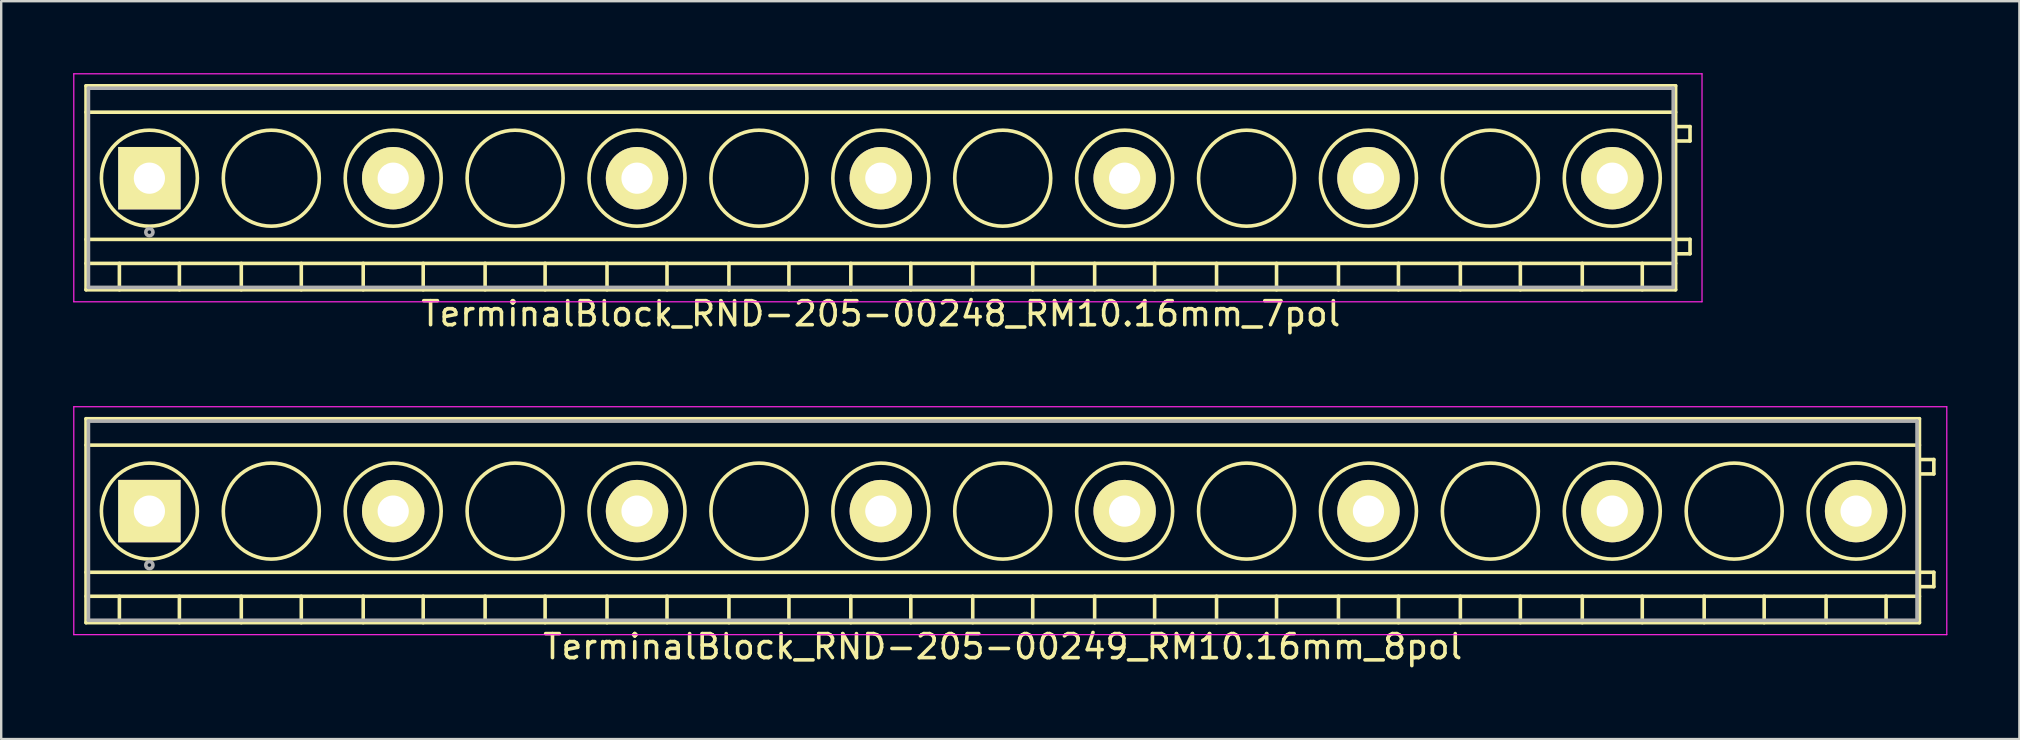
<source format=kicad_pcb>
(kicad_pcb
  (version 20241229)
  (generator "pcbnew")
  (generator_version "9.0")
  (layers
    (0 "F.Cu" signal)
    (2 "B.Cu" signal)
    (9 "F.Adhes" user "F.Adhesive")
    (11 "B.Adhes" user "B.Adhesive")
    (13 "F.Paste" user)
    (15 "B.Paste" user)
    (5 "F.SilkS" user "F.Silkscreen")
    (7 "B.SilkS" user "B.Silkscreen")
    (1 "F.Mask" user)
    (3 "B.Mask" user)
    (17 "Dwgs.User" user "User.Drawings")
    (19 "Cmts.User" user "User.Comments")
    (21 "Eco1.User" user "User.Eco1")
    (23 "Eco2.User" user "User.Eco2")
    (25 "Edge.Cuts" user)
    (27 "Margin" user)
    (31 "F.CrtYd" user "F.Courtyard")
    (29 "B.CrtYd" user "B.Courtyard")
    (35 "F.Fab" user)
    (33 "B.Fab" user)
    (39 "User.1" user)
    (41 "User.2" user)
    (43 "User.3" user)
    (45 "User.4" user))
  (footprint "TerminalBlock_RND-205-00248_RM10.16mm_7pol"
    (layer "F.Cu")
    (at 3.175 4.375)
    (property "Reference" "TerminalBlock_RND-205-00248_RM10.16mm_7pol" (at 30.48 5.65 0) (layer "F.SilkS") (effects (font (size 1 1) (thickness 0.15))))
    (attr through_hole)
    (fp_line (start -2.64 -3.85) (end 63.6 -3.85) (stroke (width 0.15) (type solid)) (layer "F.SilkS"))
    (fp_line (start -2.64 -2.75) (end 63.6 -2.75) (stroke (width 0.15) (type solid)) (layer "F.SilkS"))
    (fp_line (start -2.64 2.55) (end 63.6 2.55) (stroke (width 0.15) (type solid)) (layer "F.SilkS"))
    (fp_line (start -2.64 3.55) (end 63.6 3.55) (stroke (width 0.15) (type solid)) (layer "F.SilkS"))
    (fp_line (start -2.64 4.65) (end -2.64 -3.85) (stroke (width 0.15) (type solid)) (layer "F.SilkS"))
    (fp_line (start -1.25 3.55) (end -1.25 4.65) (stroke (width 0.15) (type solid)) (layer "F.SilkS"))
    (fp_line (start 1.25 3.55) (end 1.25 4.65) (stroke (width 0.15) (type solid)) (layer "F.SilkS"))
    (fp_line (start 3.83 3.55) (end 3.83 4.65) (stroke (width 0.15) (type solid)) (layer "F.SilkS"))
    (fp_line (start 6.33 3.55) (end 6.33 4.65) (stroke (width 0.15) (type solid)) (layer "F.SilkS"))
    (fp_line (start 8.91 3.55) (end 8.91 4.65) (stroke (width 0.15) (type solid)) (layer "F.SilkS"))
    (fp_line (start 11.41 3.55) (end 11.41 4.65) (stroke (width 0.15) (type solid)) (layer "F.SilkS"))
    (fp_line (start 13.99 3.55) (end 13.99 4.65) (stroke (width 0.15) (type solid)) (layer "F.SilkS"))
    (fp_line (start 16.49 3.55) (end 16.49 4.65) (stroke (width 0.15) (type solid)) (layer "F.SilkS"))
    (fp_line (start 19.07 3.55) (end 19.07 4.65) (stroke (width 0.15) (type solid)) (layer "F.SilkS"))
    (fp_line (start 21.57 3.55) (end 21.57 4.65) (stroke (width 0.15) (type solid)) (layer "F.SilkS"))
    (fp_line (start 24.15 3.55) (end 24.15 4.65) (stroke (width 0.15) (type solid)) (layer "F.SilkS"))
    (fp_line (start 26.65 3.55) (end 26.65 4.65) (stroke (width 0.15) (type solid)) (layer "F.SilkS"))
    (fp_line (start 29.23 3.55) (end 29.23 4.65) (stroke (width 0.15) (type solid)) (layer "F.SilkS"))
    (fp_line (start 31.73 3.55) (end 31.73 4.65) (stroke (width 0.15) (type solid)) (layer "F.SilkS"))
    (fp_line (start 34.31 3.55) (end 34.31 4.65) (stroke (width 0.15) (type solid)) (layer "F.SilkS"))
    (fp_line (start 36.81 3.55) (end 36.81 4.65) (stroke (width 0.15) (type solid)) (layer "F.SilkS"))
    (fp_line (start 39.39 3.55) (end 39.39 4.65) (stroke (width 0.15) (type solid)) (layer "F.SilkS"))
    (fp_line (start 41.89 3.55) (end 41.89 4.65) (stroke (width 0.15) (type solid)) (layer "F.SilkS"))
    (fp_line (start 44.47 3.55) (end 44.47 4.65) (stroke (width 0.15) (type solid)) (layer "F.SilkS"))
    (fp_line (start 46.97 3.55) (end 46.97 4.65) (stroke (width 0.15) (type solid)) (layer "F.SilkS"))
    (fp_line (start 49.55 3.55) (end 49.55 4.65) (stroke (width 0.15) (type solid)) (layer "F.SilkS"))
    (fp_line (start 52.05 3.55) (end 52.05 4.65) (stroke (width 0.15) (type solid)) (layer "F.SilkS"))
    (fp_line (start 54.63 3.55) (end 54.63 4.65) (stroke (width 0.15) (type solid)) (layer "F.SilkS"))
    (fp_line (start 57.13 3.55) (end 57.13 4.65) (stroke (width 0.15) (type solid)) (layer "F.SilkS"))
    (fp_line (start 59.71 3.55) (end 59.71 4.65) (stroke (width 0.15) (type solid)) (layer "F.SilkS"))
    (fp_line (start 62.21 3.55) (end 62.21 4.65) (stroke (width 0.15) (type solid)) (layer "F.SilkS"))
    (fp_line (start 63.6 -3.85) (end 63.6 4.65) (stroke (width 0.15) (type solid)) (layer "F.SilkS"))
    (fp_line (start 63.6 -2.15) (end 64.2 -2.15) (stroke (width 0.15) (type solid)) (layer "F.SilkS"))
    (fp_line (start 63.6 2.55) (end 64.2 2.55) (stroke (width 0.15) (type solid)) (layer "F.SilkS"))
    (fp_line (start 63.6 4.65) (end -2.64 4.65) (stroke (width 0.15) (type solid)) (layer "F.SilkS"))
    (fp_line (start 64.2 -2.15) (end 64.2 -1.55) (stroke (width 0.15) (type solid)) (layer "F.SilkS"))
    (fp_line (start 64.2 -1.55) (end 63.6 -1.55) (stroke (width 0.15) (type solid)) (layer "F.SilkS"))
    (fp_line (start 64.2 2.55) (end 64.2 3.15) (stroke (width 0.15) (type solid)) (layer "F.SilkS"))
    (fp_line (start 64.2 3.15) (end 63.6 3.15) (stroke (width 0.15) (type solid)) (layer "F.SilkS"))
    (fp_circle (center 0 0) (end -2 0) (stroke (width 0.15) (type solid)) (fill no) (layer "F.SilkS"))
    (fp_circle (center 5.08 0) (end 3.08 0) (stroke (width 0.15) (type solid)) (fill no) (layer "F.SilkS"))
    (fp_circle (center 10.16 0) (end 8.16 0) (stroke (width 0.15) (type solid)) (fill no) (layer "F.SilkS"))
    (fp_circle (center 15.24 0) (end 13.24 0) (stroke (width 0.15) (type solid)) (fill no) (layer "F.SilkS"))
    (fp_circle (center 20.32 0) (end 18.32 0) (stroke (width 0.15) (type solid)) (fill no) (layer "F.SilkS"))
    (fp_circle (center 25.4 0) (end 23.4 0) (stroke (width 0.15) (type solid)) (fill no) (layer "F.SilkS"))
    (fp_circle (center 30.48 0) (end 28.48 0) (stroke (width 0.15) (type solid)) (fill no) (layer "F.SilkS"))
    (fp_circle (center 35.56 0) (end 33.56 0) (stroke (width 0.15) (type solid)) (fill no) (layer "F.SilkS"))
    (fp_circle (center 40.64 0) (end 38.64 0) (stroke (width 0.15) (type solid)) (fill no) (layer "F.SilkS"))
    (fp_circle (center 45.72 0) (end 43.72 0) (stroke (width 0.15) (type solid)) (fill no) (layer "F.SilkS"))
    (fp_circle (center 50.8 0) (end 48.8 0) (stroke (width 0.15) (type solid)) (fill no) (layer "F.SilkS"))
    (fp_circle (center 55.88 0) (end 53.88 0) (stroke (width 0.15) (type solid)) (fill no) (layer "F.SilkS"))
    (fp_circle (center 60.96 0) (end 58.96 0) (stroke (width 0.15) (type solid)) (fill no) (layer "F.SilkS"))
    (fp_line (start -3.15 -4.35) (end 64.7 -4.35) (stroke (width 0.05) (type solid)) (layer "F.CrtYd"))
    (fp_line (start -3.15 5.15) (end -3.15 -4.35) (stroke (width 0.05) (type solid)) (layer "F.CrtYd"))
    (fp_line (start 64.7 -4.35) (end 64.7 5.15) (stroke (width 0.05) (type solid)) (layer "F.CrtYd"))
    (fp_line (start 64.7 5.15) (end -3.15 5.15) (stroke (width 0.05) (type solid)) (layer "F.CrtYd"))
    (fp_line (start -2.54 -3.75) (end 63.5 -3.75) (stroke (width 0.15) (type solid)) (layer "F.Fab"))
    (fp_line (start -2.54 4.55) (end -2.54 -3.75) (stroke (width 0.15) (type solid)) (layer "F.Fab"))
    (fp_line (start 63.5 -3.75) (end 63.5 4.55) (stroke (width 0.15) (type solid)) (layer "F.Fab"))
    (fp_line (start 63.5 4.55) (end -2.54 4.55) (stroke (width 0.15) (type solid)) (layer "F.Fab"))
    (fp_circle (center 0 2.25) (end -0.15 2.25) (stroke (width 0.15) (type solid)) (fill no) (layer "F.Fab"))
    (pad "1" thru_hole rect (at 0 0) (size 2.6 2.6) (drill 1.3) (layers "*.Cu" "*.Mask" "F.SilkS"))
    (pad "2" thru_hole circle (at 10.16 0) (size 2.6 2.6) (drill 1.3) (layers "*.Cu" "*.Mask" "F.SilkS"))
    (pad "3" thru_hole circle (at 20.32 0) (size 2.6 2.6) (drill 1.3) (layers "*.Cu" "*.Mask" "F.SilkS"))
    (pad "4" thru_hole circle (at 30.48 0) (size 2.6 2.6) (drill 1.3) (layers "*.Cu" "*.Mask" "F.SilkS"))
    (pad "5" thru_hole circle (at 40.64 0) (size 2.6 2.6) (drill 1.3) (layers "*.Cu" "*.Mask" "F.SilkS"))
    (pad "6" thru_hole circle (at 50.8 0) (size 2.6 2.6) (drill 1.3) (layers "*.Cu" "*.Mask" "F.SilkS"))
    (pad "7" thru_hole circle (at 60.96 0) (size 2.6 2.6) (drill 1.3) (layers "*.Cu" "*.Mask" "F.SilkS")))
  (footprint "TerminalBlock_RND-205-00249_RM10.16mm_8pol"
    (layer "F.Cu")
    (at 3.175 18.248)
    (property "Reference" "TerminalBlock_RND-205-00249_RM10.16mm_8pol" (at 35.56 5.65 0) (layer "F.SilkS") (effects (font (size 1 1) (thickness 0.15))))
    (attr through_hole)
    (fp_line (start -2.64 -3.85) (end 73.76 -3.85) (stroke (width 0.15) (type solid)) (layer "F.SilkS"))
    (fp_line (start -2.64 -2.75) (end 73.76 -2.75) (stroke (width 0.15) (type solid)) (layer "F.SilkS"))
    (fp_line (start -2.64 2.55) (end 73.76 2.55) (stroke (width 0.15) (type solid)) (layer "F.SilkS"))
    (fp_line (start -2.64 3.55) (end 73.76 3.55) (stroke (width 0.15) (type solid)) (layer "F.SilkS"))
    (fp_line (start -2.64 4.65) (end -2.64 -3.85) (stroke (width 0.15) (type solid)) (layer "F.SilkS"))
    (fp_line (start -1.25 3.55) (end -1.25 4.65) (stroke (width 0.15) (type solid)) (layer "F.SilkS"))
    (fp_line (start 1.25 3.55) (end 1.25 4.65) (stroke (width 0.15) (type solid)) (layer "F.SilkS"))
    (fp_line (start 3.83 3.55) (end 3.83 4.65) (stroke (width 0.15) (type solid)) (layer "F.SilkS"))
    (fp_line (start 6.33 3.55) (end 6.33 4.65) (stroke (width 0.15) (type solid)) (layer "F.SilkS"))
    (fp_line (start 8.91 3.55) (end 8.91 4.65) (stroke (width 0.15) (type solid)) (layer "F.SilkS"))
    (fp_line (start 11.41 3.55) (end 11.41 4.65) (stroke (width 0.15) (type solid)) (layer "F.SilkS"))
    (fp_line (start 13.99 3.55) (end 13.99 4.65) (stroke (width 0.15) (type solid)) (layer "F.SilkS"))
    (fp_line (start 16.49 3.55) (end 16.49 4.65) (stroke (width 0.15) (type solid)) (layer "F.SilkS"))
    (fp_line (start 19.07 3.55) (end 19.07 4.65) (stroke (width 0.15) (type solid)) (layer "F.SilkS"))
    (fp_line (start 21.57 3.55) (end 21.57 4.65) (stroke (width 0.15) (type solid)) (layer "F.SilkS"))
    (fp_line (start 24.15 3.55) (end 24.15 4.65) (stroke (width 0.15) (type solid)) (layer "F.SilkS"))
    (fp_line (start 26.65 3.55) (end 26.65 4.65) (stroke (width 0.15) (type solid)) (layer "F.SilkS"))
    (fp_line (start 29.23 3.55) (end 29.23 4.65) (stroke (width 0.15) (type solid)) (layer "F.SilkS"))
    (fp_line (start 31.73 3.55) (end 31.73 4.65) (stroke (width 0.15) (type solid)) (layer "F.SilkS"))
    (fp_line (start 34.31 3.55) (end 34.31 4.65) (stroke (width 0.15) (type solid)) (layer "F.SilkS"))
    (fp_line (start 36.81 3.55) (end 36.81 4.65) (stroke (width 0.15) (type solid)) (layer "F.SilkS"))
    (fp_line (start 39.39 3.55) (end 39.39 4.65) (stroke (width 0.15) (type solid)) (layer "F.SilkS"))
    (fp_line (start 41.89 3.55) (end 41.89 4.65) (stroke (width 0.15) (type solid)) (layer "F.SilkS"))
    (fp_line (start 44.47 3.55) (end 44.47 4.65) (stroke (width 0.15) (type solid)) (layer "F.SilkS"))
    (fp_line (start 46.97 3.55) (end 46.97 4.65) (stroke (width 0.15) (type solid)) (layer "F.SilkS"))
    (fp_line (start 49.55 3.55) (end 49.55 4.65) (stroke (width 0.15) (type solid)) (layer "F.SilkS"))
    (fp_line (start 52.05 3.55) (end 52.05 4.65) (stroke (width 0.15) (type solid)) (layer "F.SilkS"))
    (fp_line (start 54.63 3.55) (end 54.63 4.65) (stroke (width 0.15) (type solid)) (layer "F.SilkS"))
    (fp_line (start 57.13 3.55) (end 57.13 4.65) (stroke (width 0.15) (type solid)) (layer "F.SilkS"))
    (fp_line (start 59.71 3.55) (end 59.71 4.65) (stroke (width 0.15) (type solid)) (layer "F.SilkS"))
    (fp_line (start 62.21 3.55) (end 62.21 4.65) (stroke (width 0.15) (type solid)) (layer "F.SilkS"))
    (fp_line (start 64.79 3.55) (end 64.79 4.65) (stroke (width 0.15) (type solid)) (layer "F.SilkS"))
    (fp_line (start 67.29 3.55) (end 67.29 4.65) (stroke (width 0.15) (type solid)) (layer "F.SilkS"))
    (fp_line (start 69.87 3.55) (end 69.87 4.65) (stroke (width 0.15) (type solid)) (layer "F.SilkS"))
    (fp_line (start 72.37 3.55) (end 72.37 4.65) (stroke (width 0.15) (type solid)) (layer "F.SilkS"))
    (fp_line (start 73.76 -3.85) (end 73.76 4.65) (stroke (width 0.15) (type solid)) (layer "F.SilkS"))
    (fp_line (start 73.76 -2.15) (end 74.36 -2.15) (stroke (width 0.15) (type solid)) (layer "F.SilkS"))
    (fp_line (start 73.76 2.55) (end 74.36 2.55) (stroke (width 0.15) (type solid)) (layer "F.SilkS"))
    (fp_line (start 73.76 4.65) (end -2.64 4.65) (stroke (width 0.15) (type solid)) (layer "F.SilkS"))
    (fp_line (start 74.36 -2.15) (end 74.36 -1.55) (stroke (width 0.15) (type solid)) (layer "F.SilkS"))
    (fp_line (start 74.36 -1.55) (end 73.76 -1.55) (stroke (width 0.15) (type solid)) (layer "F.SilkS"))
    (fp_line (start 74.36 2.55) (end 74.36 3.15) (stroke (width 0.15) (type solid)) (layer "F.SilkS"))
    (fp_line (start 74.36 3.15) (end 73.76 3.15) (stroke (width 0.15) (type solid)) (layer "F.SilkS"))
    (fp_circle (center 0 0) (end -2 0) (stroke (width 0.15) (type solid)) (fill no) (layer "F.SilkS"))
    (fp_circle (center 5.08 0) (end 3.08 0) (stroke (width 0.15) (type solid)) (fill no) (layer "F.SilkS"))
    (fp_circle (center 10.16 0) (end 8.16 0) (stroke (width 0.15) (type solid)) (fill no) (layer "F.SilkS"))
    (fp_circle (center 15.24 0) (end 13.24 0) (stroke (width 0.15) (type solid)) (fill no) (layer "F.SilkS"))
    (fp_circle (center 20.32 0) (end 18.32 0) (stroke (width 0.15) (type solid)) (fill no) (layer "F.SilkS"))
    (fp_circle (center 25.4 0) (end 23.4 0) (stroke (width 0.15) (type solid)) (fill no) (layer "F.SilkS"))
    (fp_circle (center 30.48 0) (end 28.48 0) (stroke (width 0.15) (type solid)) (fill no) (layer "F.SilkS"))
    (fp_circle (center 35.56 0) (end 33.56 0) (stroke (width 0.15) (type solid)) (fill no) (layer "F.SilkS"))
    (fp_circle (center 40.64 0) (end 38.64 0) (stroke (width 0.15) (type solid)) (fill no) (layer "F.SilkS"))
    (fp_circle (center 45.72 0) (end 43.72 0) (stroke (width 0.15) (type solid)) (fill no) (layer "F.SilkS"))
    (fp_circle (center 50.8 0) (end 48.8 0) (stroke (width 0.15) (type solid)) (fill no) (layer "F.SilkS"))
    (fp_circle (center 55.88 0) (end 53.88 0) (stroke (width 0.15) (type solid)) (fill no) (layer "F.SilkS"))
    (fp_circle (center 60.96 0) (end 58.96 0) (stroke (width 0.15) (type solid)) (fill no) (layer "F.SilkS"))
    (fp_circle (center 66.04 0) (end 64.04 0) (stroke (width 0.15) (type solid)) (fill no) (layer "F.SilkS"))
    (fp_circle (center 71.12 0) (end 69.12 0) (stroke (width 0.15) (type solid)) (fill no) (layer "F.SilkS"))
    (fp_line (start -3.15 -4.35) (end 74.9 -4.35) (stroke (width 0.05) (type solid)) (layer "F.CrtYd"))
    (fp_line (start -3.15 5.15) (end -3.15 -4.35) (stroke (width 0.05) (type solid)) (layer "F.CrtYd"))
    (fp_line (start 74.9 -4.35) (end 74.9 5.15) (stroke (width 0.05) (type solid)) (layer "F.CrtYd"))
    (fp_line (start 74.9 5.15) (end -3.15 5.15) (stroke (width 0.05) (type solid)) (layer "F.CrtYd"))
    (fp_line (start -2.54 -3.75) (end 73.66 -3.75) (stroke (width 0.15) (type solid)) (layer "F.Fab"))
    (fp_line (start -2.54 4.55) (end -2.54 -3.75) (stroke (width 0.15) (type solid)) (layer "F.Fab"))
    (fp_line (start 73.66 -3.75) (end 73.66 4.55) (stroke (width 0.15) (type solid)) (layer "F.Fab"))
    (fp_line (start 73.66 4.55) (end -2.54 4.55) (stroke (width 0.15) (type solid)) (layer "F.Fab"))
    (fp_circle (center 0 2.25) (end -0.15 2.25) (stroke (width 0.15) (type solid)) (fill no) (layer "F.Fab"))
    (pad "1" thru_hole rect (at 0 0) (size 2.6 2.6) (drill 1.3) (layers "*.Cu" "*.Mask" "F.SilkS"))
    (pad "2" thru_hole circle (at 10.16 0) (size 2.6 2.6) (drill 1.3) (layers "*.Cu" "*.Mask" "F.SilkS"))
    (pad "3" thru_hole circle (at 20.32 0) (size 2.6 2.6) (drill 1.3) (layers "*.Cu" "*.Mask" "F.SilkS"))
    (pad "4" thru_hole circle (at 30.48 0) (size 2.6 2.6) (drill 1.3) (layers "*.Cu" "*.Mask" "F.SilkS"))
    (pad "5" thru_hole circle (at 40.64 0) (size 2.6 2.6) (drill 1.3) (layers "*.Cu" "*.Mask" "F.SilkS"))
    (pad "6" thru_hole circle (at 50.8 0) (size 2.6 2.6) (drill 1.3) (layers "*.Cu" "*.Mask" "F.SilkS"))
    (pad "7" thru_hole circle (at 60.96 0) (size 2.6 2.6) (drill 1.3) (layers "*.Cu" "*.Mask" "F.SilkS"))
    (pad "8" thru_hole circle (at 71.12 0) (size 2.6 2.6) (drill 1.3) (layers "*.Cu" "*.Mask" "F.SilkS")))
  (gr_rect
    (start -3 -3)
    (end 81.1 27.747)
    (stroke (width 0.1) (type default))
    (fill no)
    (layer "Edge.Cuts")))
</source>
